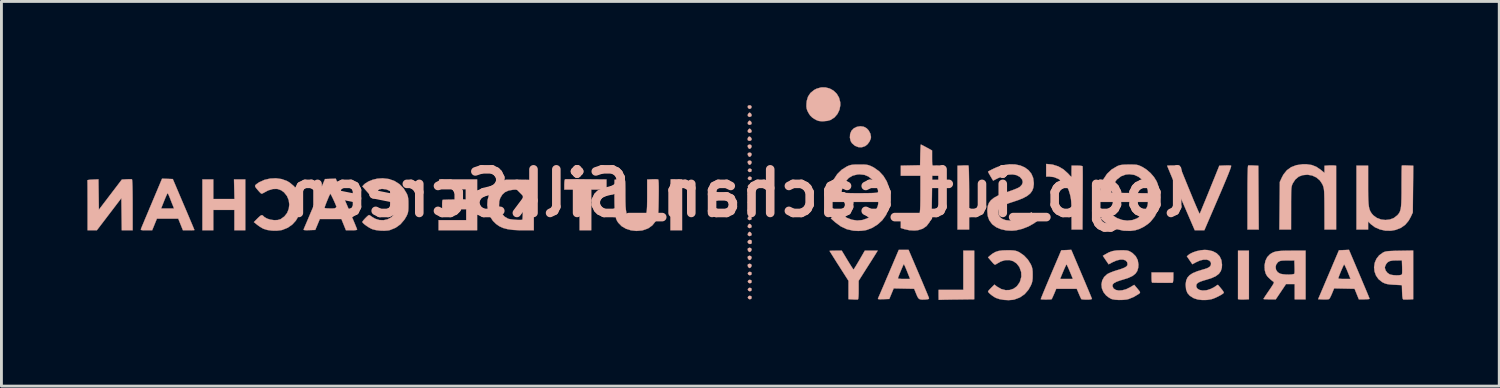
<source format=kicad_pcb>
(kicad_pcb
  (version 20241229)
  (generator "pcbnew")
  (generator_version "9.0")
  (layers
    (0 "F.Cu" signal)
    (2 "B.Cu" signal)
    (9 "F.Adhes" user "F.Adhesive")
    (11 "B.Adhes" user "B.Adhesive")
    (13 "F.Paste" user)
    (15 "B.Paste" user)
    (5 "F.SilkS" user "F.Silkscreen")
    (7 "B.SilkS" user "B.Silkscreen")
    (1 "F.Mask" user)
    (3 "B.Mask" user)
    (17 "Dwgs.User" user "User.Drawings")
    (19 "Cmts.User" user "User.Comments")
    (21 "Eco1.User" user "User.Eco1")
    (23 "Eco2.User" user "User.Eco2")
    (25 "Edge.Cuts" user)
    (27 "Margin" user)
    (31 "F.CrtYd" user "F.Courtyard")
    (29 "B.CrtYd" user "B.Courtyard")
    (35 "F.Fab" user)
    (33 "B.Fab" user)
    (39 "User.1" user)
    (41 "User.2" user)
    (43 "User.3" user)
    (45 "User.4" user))
  (footprint "logo_iut_cachan_SilkScreen"
    (layer "F.Cu")
    (at 22.744 3.703)
    (property "Reference" "logo_iut_cachan_SilkScreen" (at 0 0 180) (layer "B.SilkS") (effects (font (size 1.524 1.524) (thickness 0.3)) (justify mirror)))
    (attr through_hole)
    (fp_poly (pts (xy 17.475 3.702) (xy 17.532 3.712) (xy 17.591 3.716) (xy 17.675 3.715) (xy 17.723 3.713) (xy 17.856 3.706) (xy 17.856 2.007) (xy 17.475 2.007) (xy 17.475 3.702)) (stroke (width 0.01) (type solid)) (fill yes) (layer "B.SilkS"))
    (fp_poly (pts (xy 0.359 -3.063) (xy 0.344 -3.05) (xy 0.34 -3.003) (xy 0.368 -2.961) (xy 0.406 -2.946) (xy 0.453 -2.966) (xy 0.467 -2.987) (xy 0.471 -3.042) (xy 0.432 -3.071) (xy 0.406 -3.073) (xy 0.359 -3.063)) (stroke (width 0.01) (type solid)) (fill yes) (layer "B.SilkS"))
    (fp_poly (pts (xy 0.369 -0.848) (xy 0.343 -0.807) (xy 0.343 -0.8) (xy 0.363 -0.758) (xy 0.406 -0.739) (xy 0.452 -0.749) (xy 0.473 -0.775) (xy 0.474 -0.824) (xy 0.463 -0.842) (xy 0.416 -0.862) (xy 0.369 -0.848)) (stroke (width 0.01) (type solid)) (fill yes) (layer "B.SilkS"))
    (fp_poly (pts (xy 0.369 -0.568) (xy 0.343 -0.528) (xy 0.343 -0.52) (xy 0.363 -0.478) (xy 0.406 -0.46) (xy 0.452 -0.469) (xy 0.473 -0.495) (xy 0.474 -0.544) (xy 0.463 -0.563) (xy 0.416 -0.583) (xy 0.369 -0.568)) (stroke (width 0.01) (type solid)) (fill yes) (layer "B.SilkS"))
    (fp_poly (pts (xy 0.369 -0.289) (xy 0.343 -0.249) (xy 0.343 -0.241) (xy 0.363 -0.199) (xy 0.406 -0.181) (xy 0.452 -0.19) (xy 0.473 -0.216) (xy 0.474 -0.265) (xy 0.463 -0.283) (xy 0.416 -0.303) (xy 0.369 -0.289)) (stroke (width 0.01) (type solid)) (fill yes) (layer "B.SilkS"))
    (fp_poly (pts (xy 0.369 -0.01) (xy 0.343 0.031) (xy 0.343 0.038) (xy 0.363 0.08) (xy 0.406 0.099) (xy 0.452 0.09) (xy 0.473 0.064) (xy 0.474 0.015) (xy 0.463 -0.004) (xy 0.416 -0.024) (xy 0.369 -0.01)) (stroke (width 0.01) (type solid)) (fill yes) (layer "B.SilkS"))
    (fp_poly (pts (xy 0.369 0.27) (xy 0.343 0.31) (xy 0.343 0.318) (xy 0.363 0.36) (xy 0.406 0.378) (xy 0.452 0.369) (xy 0.473 0.343) (xy 0.474 0.294) (xy 0.463 0.275) (xy 0.416 0.256) (xy 0.369 0.27)) (stroke (width 0.01) (type solid)) (fill yes) (layer "B.SilkS"))
    (fp_poly (pts (xy 0.369 2.759) (xy 0.343 2.799) (xy 0.343 2.807) (xy 0.363 2.849) (xy 0.406 2.867) (xy 0.452 2.858) (xy 0.473 2.832) (xy 0.474 2.783) (xy 0.463 2.765) (xy 0.416 2.745) (xy 0.369 2.759)) (stroke (width 0.01) (type solid)) (fill yes) (layer "B.SilkS"))
    (fp_poly (pts (xy 0.369 3.038) (xy 0.343 3.079) (xy 0.343 3.086) (xy 0.363 3.128) (xy 0.406 3.147) (xy 0.452 3.138) (xy 0.473 3.112) (xy 0.474 3.063) (xy 0.463 3.044) (xy 0.416 3.024) (xy 0.369 3.038)) (stroke (width 0.01) (type solid)) (fill yes) (layer "B.SilkS"))
    (fp_poly (pts (xy 0.369 3.318) (xy 0.343 3.358) (xy 0.343 3.366) (xy 0.363 3.408) (xy 0.406 3.426) (xy 0.452 3.417) (xy 0.473 3.391) (xy 0.474 3.342) (xy 0.463 3.323) (xy 0.416 3.304) (xy 0.369 3.318)) (stroke (width 0.01) (type solid)) (fill yes) (layer "B.SilkS"))
    (fp_poly (pts (xy 0.369 3.597) (xy 0.343 3.638) (xy 0.343 3.645) (xy 0.363 3.687) (xy 0.406 3.706) (xy 0.452 3.696) (xy 0.473 3.67) (xy 0.474 3.621) (xy 0.463 3.603) (xy 0.416 3.583) (xy 0.369 3.597)) (stroke (width 0.01) (type solid)) (fill yes) (layer "B.SilkS"))
    (fp_poly (pts (xy 0.357 1.654) (xy 0.335 1.699) (xy 0.335 1.71) (xy 0.361 1.754) (xy 0.41 1.776) (xy 0.458 1.768) (xy 0.465 1.762) (xy 0.481 1.718) (xy 0.476 1.666) (xy 0.457 1.638) (xy 0.405 1.629) (xy 0.357 1.654)) (stroke (width 0.01) (type solid)) (fill yes) (layer "B.SilkS"))
    (fp_poly (pts (xy 0.357 -1.685) (xy 0.339 -1.663) (xy 0.342 -1.617) (xy 0.369 -1.571) (xy 0.406 -1.549) (xy 0.406 -1.549) (xy 0.437 -1.567) (xy 0.457 -1.587) (xy 0.477 -1.64) (xy 0.456 -1.685) (xy 0.406 -1.702) (xy 0.357 -1.685)) (stroke (width 0.01) (type solid)) (fill yes) (layer "B.SilkS"))
    (fp_poly (pts (xy 0.357 -1.406) (xy 0.339 -1.384) (xy 0.342 -1.338) (xy 0.369 -1.291) (xy 0.406 -1.27) (xy 0.406 -1.27) (xy 0.437 -1.287) (xy 0.457 -1.308) (xy 0.477 -1.361) (xy 0.456 -1.405) (xy 0.406 -1.422) (xy 0.357 -1.406)) (stroke (width 0.01) (type solid)) (fill yes) (layer "B.SilkS"))
    (fp_poly (pts (xy 0.357 -1.127) (xy 0.339 -1.105) (xy 0.342 -1.058) (xy 0.369 -1.012) (xy 0.406 -0.991) (xy 0.406 -0.991) (xy 0.437 -1.008) (xy 0.457 -1.028) (xy 0.477 -1.082) (xy 0.456 -1.126) (xy 0.406 -1.143) (xy 0.357 -1.127)) (stroke (width 0.01) (type solid)) (fill yes) (layer "B.SilkS"))
    (fp_poly (pts (xy 0.357 1.921) (xy 0.339 1.943) (xy 0.342 1.99) (xy 0.369 2.036) (xy 0.406 2.057) (xy 0.406 2.057) (xy 0.437 2.04) (xy 0.457 2.02) (xy 0.477 1.966) (xy 0.456 1.922) (xy 0.406 1.905) (xy 0.357 1.921)) (stroke (width 0.01) (type solid)) (fill yes) (layer "B.SilkS"))
    (fp_poly (pts (xy 0.357 2.201) (xy 0.339 2.223) (xy 0.342 2.269) (xy 0.369 2.316) (xy 0.406 2.337) (xy 0.406 2.337) (xy 0.437 2.32) (xy 0.457 2.299) (xy 0.477 2.246) (xy 0.456 2.202) (xy 0.406 2.184) (xy 0.357 2.201)) (stroke (width 0.01) (type solid)) (fill yes) (layer "B.SilkS"))
    (fp_poly (pts (xy 0.357 2.48) (xy 0.339 2.502) (xy 0.342 2.549) (xy 0.369 2.595) (xy 0.406 2.616) (xy 0.406 2.616) (xy 0.437 2.599) (xy 0.457 2.578) (xy 0.477 2.525) (xy 0.456 2.481) (xy 0.406 2.464) (xy 0.357 2.48)) (stroke (width 0.01) (type solid)) (fill yes) (layer "B.SilkS"))
    (fp_poly (pts (xy 0.359 -1.96) (xy 0.338 -1.913) (xy 0.338 -1.864) (xy 0.343 -1.854) (xy 0.382 -1.831) (xy 0.434 -1.835) (xy 0.472 -1.863) (xy 0.474 -1.867) (xy 0.47 -1.918) (xy 0.436 -1.964) (xy 0.392 -1.981) (xy 0.359 -1.96)) (stroke (width 0.01) (type solid)) (fill yes) (layer "B.SilkS"))
    (fp_poly (pts (xy 0.379 0.535) (xy 0.369 0.542) (xy 0.337 0.588) (xy 0.346 0.633) (xy 0.39 0.659) (xy 0.406 0.66) (xy 0.456 0.643) (xy 0.474 0.62) (xy 0.471 0.571) (xy 0.453 0.544) (xy 0.418 0.521) (xy 0.379 0.535)) (stroke (width 0.01) (type solid)) (fill yes) (layer "B.SilkS"))
    (fp_poly (pts (xy 0.383 -2.806) (xy 0.365 -2.789) (xy 0.337 -2.736) (xy 0.35 -2.69) (xy 0.397 -2.667) (xy 0.406 -2.667) (xy 0.456 -2.684) (xy 0.474 -2.707) (xy 0.47 -2.755) (xy 0.448 -2.789) (xy 0.412 -2.817) (xy 0.383 -2.806)) (stroke (width 0.01) (type solid)) (fill yes) (layer "B.SilkS"))
    (fp_poly (pts (xy 0.383 -2.526) (xy 0.365 -2.509) (xy 0.337 -2.457) (xy 0.35 -2.411) (xy 0.397 -2.388) (xy 0.406 -2.388) (xy 0.456 -2.405) (xy 0.474 -2.428) (xy 0.47 -2.475) (xy 0.448 -2.509) (xy 0.412 -2.537) (xy 0.383 -2.526)) (stroke (width 0.01) (type solid)) (fill yes) (layer "B.SilkS"))
    (fp_poly (pts (xy 0.383 -2.247) (xy 0.365 -2.23) (xy 0.337 -2.178) (xy 0.35 -2.132) (xy 0.397 -2.109) (xy 0.406 -2.108) (xy 0.456 -2.125) (xy 0.474 -2.148) (xy 0.47 -2.196) (xy 0.448 -2.23) (xy 0.412 -2.258) (xy 0.383 -2.247)) (stroke (width 0.01) (type solid)) (fill yes) (layer "B.SilkS"))
    (fp_poly (pts (xy 0.383 0.801) (xy 0.365 0.818) (xy 0.337 0.87) (xy 0.35 0.916) (xy 0.397 0.939) (xy 0.406 0.94) (xy 0.456 0.923) (xy 0.474 0.9) (xy 0.47 0.852) (xy 0.448 0.818) (xy 0.412 0.79) (xy 0.383 0.801)) (stroke (width 0.01) (type solid)) (fill yes) (layer "B.SilkS"))
    (fp_poly (pts (xy 0.383 1.08) (xy 0.365 1.097) (xy 0.337 1.15) (xy 0.35 1.196) (xy 0.397 1.219) (xy 0.406 1.219) (xy 0.456 1.202) (xy 0.474 1.179) (xy 0.47 1.131) (xy 0.448 1.097) (xy 0.412 1.07) (xy 0.383 1.08)) (stroke (width 0.01) (type solid)) (fill yes) (layer "B.SilkS"))
    (fp_poly (pts (xy 0.383 1.36) (xy 0.365 1.377) (xy 0.337 1.429) (xy 0.35 1.475) (xy 0.397 1.498) (xy 0.406 1.499) (xy 0.456 1.481) (xy 0.474 1.459) (xy 0.47 1.411) (xy 0.448 1.377) (xy 0.412 1.349) (xy 0.383 1.36)) (stroke (width 0.01) (type solid)) (fill yes) (layer "B.SilkS"))
    (fp_poly (pts (xy -17.599 0.203) (xy -18.339 0.203) (xy -18.339 -0.483) (xy -18.72 -0.483) (xy -18.72 1.295) (xy -18.339 1.295) (xy -18.339 0.584) (xy -17.602 0.584) (xy -17.602 1.295) (xy -17.221 1.295) (xy -17.221 -0.483) (xy -17.615 -0.483) (xy -17.599 0.203)) (stroke (width 0.01) (type solid)) (fill yes) (layer "B.SilkS"))
    (fp_poly (pts (xy -2.313 -0.489) (xy -2.35 -0.486) (xy -2.352 -0.485) (xy -2.354 -0.458) (xy -2.356 -0.386) (xy -2.358 -0.275) (xy -2.36 -0.131) (xy -2.361 0.041) (xy -2.362 0.234) (xy -2.362 0.411) (xy -2.362 1.295) (xy -1.956 1.295) (xy -1.956 -0.479) (xy -2.149 -0.487) (xy -2.242 -0.49) (xy -2.313 -0.489)) (stroke (width 0.01) (type solid)) (fill yes) (layer "B.SilkS"))
    (fp_poly (pts (xy 7.852 -0.97) (xy 7.849 -0.969) (xy 7.671 -0.961) (xy 7.671 1.27) (xy 8.077 1.27) (xy 8.077 0.155) (xy 8.077 -0.131) (xy 8.075 -0.378) (xy 8.072 -0.586) (xy 8.069 -0.75) (xy 8.064 -0.871) (xy 8.058 -0.945) (xy 8.052 -0.969) (xy 8.016 -0.973) (xy 7.944 -0.973) (xy 7.852 -0.97)) (stroke (width 0.01) (type solid)) (fill yes) (layer "B.SilkS"))
    (fp_poly (pts (xy 7.874 3.378) (xy 7.01 3.378) (xy 7.01 3.556) (xy 7.011 3.643) (xy 7.013 3.704) (xy 7.016 3.728) (xy 7.017 3.728) (xy 7.043 3.726) (xy 7.113 3.724) (xy 7.219 3.721) (xy 7.356 3.719) (xy 7.515 3.716) (xy 7.639 3.715) (xy 8.255 3.707) (xy 8.255 2.007) (xy 7.874 2.007) (xy 7.874 3.378)) (stroke (width 0.01) (type solid)) (fill yes) (layer "B.SilkS"))
    (fp_poly (pts (xy 17.862 -0.972) (xy 17.83 -0.969) (xy 17.824 -0.942) (xy 17.818 -0.866) (xy 17.814 -0.743) (xy 17.81 -0.576) (xy 17.807 -0.366) (xy 17.806 -0.116) (xy 17.805 0.155) (xy 17.805 1.27) (xy 18.002 1.27) (xy 18.199 1.27) (xy 18.192 0.155) (xy 18.185 -0.961) (xy 18.02 -0.969) (xy 17.931 -0.973) (xy 17.862 -0.972)) (stroke (width 0.01) (type solid)) (fill yes) (layer "B.SilkS"))
    (fp_poly (pts (xy -5.927 -0.49) (xy -6.007 -0.489) (xy -6.044 -0.487) (xy -6.045 -0.487) (xy -6.058 -0.459) (xy -6.067 -0.394) (xy -6.071 -0.307) (xy -6.071 -0.303) (xy -6.071 -0.127) (xy -5.537 -0.127) (xy -5.537 1.295) (xy -5.131 1.295) (xy -5.131 -0.127) (xy -4.597 -0.127) (xy -4.597 -0.481) (xy -5.309 -0.488) (xy -5.494 -0.49) (xy -5.664 -0.491) (xy -5.81 -0.491) (xy -5.927 -0.49)) (stroke (width 0.01) (type solid)) (fill yes) (layer "B.SilkS"))
    (fp_poly (pts (xy 14.453 2.946) (xy 14.455 3.034) (xy 14.462 3.098) (xy 14.471 3.125) (xy 14.472 3.125) (xy 14.556 3.128) (xy 14.664 3.13) (xy 14.785 3.131) (xy 14.907 3.132) (xy 15.02 3.132) (xy 15.112 3.131) (xy 15.172 3.13) (xy 15.189 3.128) (xy 15.202 3.101) (xy 15.211 3.036) (xy 15.215 2.948) (xy 15.215 2.944) (xy 15.215 2.769) (xy 14.453 2.769) (xy 14.453 2.946)) (stroke (width 0.01) (type solid)) (fill yes) (layer "B.SilkS"))
    (fp_poly (pts (xy 4.156 -2.321) (xy 4.047 -2.268) (xy 3.965 -2.183) (xy 3.961 -2.177) (xy 3.918 -2.066) (xy 3.91 -1.943) (xy 3.936 -1.827) (xy 3.98 -1.751) (xy 4.087 -1.658) (xy 4.208 -1.61) (xy 4.335 -1.609) (xy 4.445 -1.647) (xy 4.526 -1.711) (xy 4.594 -1.803) (xy 4.638 -1.902) (xy 4.648 -1.963) (xy 4.625 -2.084) (xy 4.562 -2.199) (xy 4.497 -2.268) (xy 4.395 -2.324) (xy 4.276 -2.341) (xy 4.156 -2.321)) (stroke (width 0.01) (type solid)) (fill yes) (layer "B.SilkS"))
    (fp_poly (pts (xy -10.443 -0.469) (xy -10.453 -0.41) (xy -10.459 -0.326) (xy -10.459 -0.318) (xy -10.467 -0.14) (xy -9.512 -0.14) (xy -9.512 0.216) (xy -9.915 0.221) (xy -10.052 0.223) (xy -10.17 0.225) (xy -10.261 0.229) (xy -10.314 0.232) (xy -10.325 0.233) (xy -10.335 0.27) (xy -10.341 0.346) (xy -10.341 0.45) (xy -10.341 0.451) (xy -10.338 0.559) (xy -9.5 0.559) (xy -9.5 0.94) (xy -10.465 0.94) (xy -10.465 1.295) (xy -9.119 1.295) (xy -9.119 -0.483) (xy -9.766 -0.483) (xy -9.943 -0.483) (xy -10.103 -0.484) (xy -10.239 -0.485) (xy -10.344 -0.486) (xy -10.411 -0.487) (xy -10.433 -0.489) (xy -10.443 -0.469)) (stroke (width 0.01) (type solid)) (fill yes) (layer "B.SilkS"))
    (fp_poly (pts (xy 2.9 -3.697) (xy 2.743 -3.652) (xy 2.659 -3.607) (xy 2.531 -3.503) (xy 2.447 -3.376) (xy 2.401 -3.222) (xy 2.393 -3.137) (xy 2.39 -3.034) (xy 2.399 -2.958) (xy 2.423 -2.886) (xy 2.456 -2.819) (xy 2.519 -2.719) (xy 2.595 -2.645) (xy 2.667 -2.597) (xy 2.755 -2.549) (xy 2.83 -2.524) (xy 2.919 -2.516) (xy 2.971 -2.515) (xy 3.12 -2.528) (xy 3.24 -2.562) (xy 3.24 -2.563) (xy 3.372 -2.649) (xy 3.476 -2.771) (xy 3.546 -2.917) (xy 3.576 -3.078) (xy 3.573 -3.178) (xy 3.531 -3.34) (xy 3.45 -3.477) (xy 3.339 -3.584) (xy 3.206 -3.659) (xy 3.057 -3.698) (xy 2.9 -3.697)) (stroke (width 0.01) (type solid)) (fill yes) (layer "B.SilkS"))
    (fp_poly (pts (xy -21.291 -0.49) (xy -21.372 -0.487) (xy -21.535 -0.478) (xy -21.937 0.049) (xy -22.339 0.577) (xy -22.353 -0.485) (xy -22.549 -0.477) (xy -22.641 -0.472) (xy -22.708 -0.463) (xy -22.739 -0.453) (xy -22.739 -0.451) (xy -22.738 -0.422) (xy -22.736 -0.348) (xy -22.735 -0.235) (xy -22.734 -0.09) (xy -22.734 0.082) (xy -22.733 0.275) (xy -22.733 0.432) (xy -22.733 1.295) (xy -22.409 1.295) (xy -21.98 0.733) (xy -21.552 0.171) (xy -21.545 0.733) (xy -21.538 1.295) (xy -21.158 1.295) (xy -21.158 0.409) (xy -21.159 0.158) (xy -21.161 -0.055) (xy -21.164 -0.228) (xy -21.169 -0.36) (xy -21.175 -0.446) (xy -21.181 -0.485) (xy -21.183 -0.487) (xy -21.22 -0.49) (xy -21.291 -0.49)) (stroke (width 0.01) (type solid)) (fill yes) (layer "B.SilkS"))
    (fp_poly (pts (xy 3.316 2.008) (xy 3.242 2.011) (xy 3.204 2.015) (xy 3.2 2.016) (xy 3.213 2.04) (xy 3.25 2.099) (xy 3.307 2.19) (xy 3.38 2.306) (xy 3.465 2.441) (xy 3.531 2.543) (xy 3.861 3.06) (xy 3.861 3.704) (xy 4.014 3.712) (xy 4.099 3.716) (xy 4.165 3.715) (xy 4.191 3.713) (xy 4.202 3.685) (xy 4.21 3.614) (xy 4.215 3.509) (xy 4.216 3.382) (xy 4.216 3.06) (xy 4.49 2.628) (xy 4.578 2.49) (xy 4.661 2.36) (xy 4.732 2.247) (xy 4.787 2.159) (xy 4.821 2.105) (xy 4.823 2.102) (xy 4.881 2.007) (xy 4.432 2.007) (xy 4.242 2.336) (xy 4.174 2.451) (xy 4.115 2.549) (xy 4.07 2.621) (xy 4.042 2.661) (xy 4.037 2.666) (xy 4.02 2.646) (xy 3.981 2.589) (xy 3.927 2.504) (xy 3.861 2.398) (xy 3.824 2.337) (xy 3.625 2.007) (xy 3.413 2.007) (xy 3.316 2.008)) (stroke (width 0.01) (type solid)) (fill yes) (layer "B.SilkS"))
    (fp_poly (pts (xy 10.77 -0.584) (xy 10.867 -0.584) (xy 11.044 -0.563) (xy 11.205 -0.496) (xy 11.356 -0.382) (xy 11.382 -0.357) (xy 11.463 -0.27) (xy 11.517 -0.195) (xy 11.556 -0.111) (xy 11.58 -0.036) (xy 11.605 0.049) (xy 11.623 0.127) (xy 11.637 0.208) (xy 11.646 0.3) (xy 11.652 0.413) (xy 11.655 0.555) (xy 11.657 0.735) (xy 11.657 0.819) (xy 11.659 1.27) (xy 12.039 1.27) (xy 12.045 0.178) (xy 12.047 -0.053) (xy 12.047 -0.269) (xy 12.048 -0.464) (xy 12.048 -0.633) (xy 12.047 -0.77) (xy 12.046 -0.87) (xy 12.045 -0.928) (xy 12.044 -0.94) (xy 12.016 -0.952) (xy 11.951 -0.961) (xy 11.862 -0.965) (xy 11.847 -0.965) (xy 11.659 -0.965) (xy 11.656 -0.819) (xy 11.655 -0.726) (xy 11.656 -0.645) (xy 11.658 -0.61) (xy 11.656 -0.582) (xy 11.642 -0.581) (xy 11.608 -0.609) (xy 11.55 -0.672) (xy 11.533 -0.691) (xy 11.374 -0.834) (xy 11.193 -0.938) (xy 11 -0.999) (xy 10.925 -1.009) (xy 10.77 -1.023) (xy 10.77 -0.584)) (stroke (width 0.01) (type solid)) (fill yes) (layer "B.SilkS"))
    (fp_poly (pts (xy -20.491 0.349) (xy -20.574 0.546) (xy -20.651 0.73) (xy -20.721 0.895) (xy -20.779 1.035) (xy -20.825 1.144) (xy -20.855 1.218) (xy -20.868 1.251) (xy -20.871 1.273) (xy -20.855 1.286) (xy -20.81 1.293) (xy -20.727 1.295) (xy -20.68 1.295) (xy -20.476 1.295) (xy -20.31 0.889) (xy -19.564 0.889) (xy -19.482 1.092) (xy -19.4 1.295) (xy -19.2 1.295) (xy -19.106 1.294) (xy -19.036 1.292) (xy -19.001 1.288) (xy -18.999 1.286) (xy -19.009 1.262) (xy -19.036 1.196) (xy -19.079 1.093) (xy -19.136 0.959) (xy -19.203 0.799) (xy -19.28 0.618) (xy -19.316 0.533) (xy -19.711 0.533) (xy -20.163 0.533) (xy -20.057 0.267) (xy -20.014 0.161) (xy -19.976 0.075) (xy -19.949 0.018) (xy -19.936 0.000211) (xy -19.919 0.022) (xy -19.892 0.078) (xy -19.869 0.133) (xy -19.827 0.241) (xy -19.782 0.357) (xy -19.764 0.4) (xy -19.711 0.533) (xy -19.316 0.533) (xy -19.364 0.421) (xy -19.377 0.391) (xy -19.754 -0.495) (xy -19.942 -0.502) (xy -20.13 -0.509) (xy -20.491 0.349)) (stroke (width 0.01) (type solid)) (fill yes) (layer "B.SilkS"))
    (fp_poly (pts (xy 19.725 -1.011) (xy 19.512 -0.98) (xy 19.331 -0.91) (xy 19.182 -0.802) (xy 19.063 -0.654) (xy 19.009 -0.553) (xy 18.936 -0.394) (xy 18.928 0.438) (xy 18.92 1.27) (xy 19.329 1.27) (xy 19.33 0.527) (xy 19.33 0.313) (xy 19.331 0.143) (xy 19.332 0.012) (xy 19.335 -0.088) (xy 19.34 -0.163) (xy 19.347 -0.219) (xy 19.357 -0.263) (xy 19.37 -0.301) (xy 19.387 -0.339) (xy 19.39 -0.346) (xy 19.479 -0.482) (xy 19.597 -0.579) (xy 19.731 -0.631) (xy 19.903 -0.647) (xy 20.067 -0.619) (xy 20.214 -0.551) (xy 20.336 -0.447) (xy 20.418 -0.323) (xy 20.44 -0.277) (xy 20.456 -0.233) (xy 20.469 -0.184) (xy 20.479 -0.125) (xy 20.486 -0.048) (xy 20.49 0.052) (xy 20.493 0.183) (xy 20.495 0.35) (xy 20.496 0.56) (xy 20.496 0.603) (xy 20.498 1.27) (xy 20.904 1.27) (xy 20.904 -0.962) (xy 20.834 -0.97) (xy 20.768 -0.973) (xy 20.677 -0.972) (xy 20.631 -0.969) (xy 20.498 -0.96) (xy 20.498 -0.711) (xy 20.358 -0.825) (xy 20.211 -0.924) (xy 20.056 -0.985) (xy 19.88 -1.011) (xy 19.725 -1.011)) (stroke (width 0.01) (type solid)) (fill yes) (layer "B.SilkS"))
    (fp_poly (pts (xy 21.177 1.987) (xy 21.002 1.994) (xy 20.786 2.502) (xy 20.711 2.68) (xy 20.63 2.87) (xy 20.551 3.055) (xy 20.48 3.223) (xy 20.423 3.357) (xy 20.275 3.704) (xy 20.454 3.713) (xy 20.547 3.714) (xy 20.622 3.708) (xy 20.662 3.696) (xy 20.662 3.696) (xy 20.686 3.661) (xy 20.721 3.593) (xy 20.76 3.506) (xy 20.763 3.498) (xy 20.834 3.326) (xy 21.191 3.333) (xy 21.549 3.34) (xy 21.698 3.708) (xy 21.885 3.708) (xy 21.975 3.706) (xy 22.042 3.7) (xy 22.072 3.692) (xy 22.073 3.69) (xy 22.063 3.663) (xy 22.036 3.595) (xy 21.993 3.491) (xy 21.937 3.356) (xy 21.869 3.196) (xy 21.793 3.016) (xy 21.786 2.997) (xy 21.408 2.997) (xy 21.194 2.997) (xy 21.097 2.995) (xy 21.023 2.99) (xy 20.984 2.982) (xy 20.98 2.979) (xy 20.989 2.943) (xy 21.013 2.876) (xy 21.047 2.79) (xy 21.085 2.697) (xy 21.124 2.609) (xy 21.156 2.538) (xy 21.179 2.496) (xy 21.185 2.489) (xy 21.201 2.511) (xy 21.231 2.571) (xy 21.271 2.659) (xy 21.306 2.743) (xy 21.408 2.997) (xy 21.786 2.997) (xy 21.713 2.826) (xy 21.353 1.979) (xy 21.177 1.987)) (stroke (width 0.01) (type solid)) (fill yes) (layer "B.SilkS"))
    (fp_poly (pts (xy 23.24 -0.972) (xy 23.203 -0.968) (xy 23.201 -0.967) (xy 23.198 -0.94) (xy 23.196 -0.869) (xy 23.193 -0.76) (xy 23.192 -0.619) (xy 23.191 -0.454) (xy 23.19 -0.271) (xy 23.19 -0.24) (xy 23.19 -0.006) (xy 23.187 0.184) (xy 23.182 0.334) (xy 23.174 0.453) (xy 23.161 0.544) (xy 23.142 0.616) (xy 23.118 0.673) (xy 23.086 0.721) (xy 23.047 0.767) (xy 23.043 0.771) (xy 22.924 0.864) (xy 22.782 0.918) (xy 22.628 0.936) (xy 22.473 0.918) (xy 22.329 0.864) (xy 22.206 0.775) (xy 22.159 0.722) (xy 22.12 0.668) (xy 22.09 0.611) (xy 22.066 0.546) (xy 22.049 0.466) (xy 22.037 0.365) (xy 22.029 0.236) (xy 22.024 0.073) (xy 22.022 -0.13) (xy 22.022 -0.283) (xy 22.022 -0.965) (xy 21.615 -0.965) (xy 21.615 1.27) (xy 22.022 1.27) (xy 22.022 0.988) (xy 22.117 1.082) (xy 22.261 1.19) (xy 22.435 1.266) (xy 22.626 1.308) (xy 22.822 1.311) (xy 22.985 1.282) (xy 23.168 1.21) (xy 23.317 1.105) (xy 23.438 0.961) (xy 23.513 0.826) (xy 23.584 0.673) (xy 23.592 -0.144) (xy 23.6 -0.961) (xy 23.405 -0.969) (xy 23.312 -0.972) (xy 23.24 -0.972)) (stroke (width 0.01) (type solid)) (fill yes) (layer "B.SilkS"))
    (fp_poly (pts (xy 5.27 2.8) (xy 5.187 2.993) (xy 5.111 3.173) (xy 5.042 3.333) (xy 4.984 3.468) (xy 4.939 3.572) (xy 4.909 3.64) (xy 4.898 3.665) (xy 4.89 3.687) (xy 4.901 3.7) (xy 4.939 3.706) (xy 5.015 3.705) (xy 5.08 3.703) (xy 5.287 3.696) (xy 5.441 3.326) (xy 5.799 3.333) (xy 6.156 3.34) (xy 6.23 3.522) (xy 6.271 3.617) (xy 6.309 3.676) (xy 6.357 3.708) (xy 6.427 3.718) (xy 6.532 3.715) (xy 6.562 3.713) (xy 6.636 3.705) (xy 6.67 3.691) (xy 6.675 3.666) (xy 6.674 3.662) (xy 6.661 3.63) (xy 6.631 3.556) (xy 6.586 3.447) (xy 6.527 3.308) (xy 6.459 3.145) (xy 6.396 2.997) (xy 6.015 2.997) (xy 5.801 2.997) (xy 5.705 2.995) (xy 5.631 2.989) (xy 5.591 2.979) (xy 5.588 2.976) (xy 5.597 2.945) (xy 5.622 2.88) (xy 5.656 2.794) (xy 5.695 2.699) (xy 5.734 2.607) (xy 5.766 2.533) (xy 5.788 2.487) (xy 5.793 2.479) (xy 5.806 2.496) (xy 5.834 2.552) (xy 5.871 2.638) (xy 5.91 2.733) (xy 6.015 2.997) (xy 6.396 2.997) (xy 6.381 2.963) (xy 6.312 2.8) (xy 5.962 1.981) (xy 5.618 1.981) (xy 5.27 2.8)) (stroke (width 0.01) (type solid)) (fill yes) (layer "B.SilkS"))
    (fp_poly (pts (xy 11.473 1.987) (xy 11.298 1.994) (xy 10.935 2.845) (xy 10.853 3.039) (xy 10.777 3.219) (xy 10.711 3.378) (xy 10.656 3.511) (xy 10.614 3.614) (xy 10.589 3.68) (xy 10.581 3.705) (xy 10.581 3.705) (xy 10.61 3.711) (xy 10.674 3.714) (xy 10.756 3.715) (xy 10.841 3.714) (xy 10.913 3.711) (xy 10.956 3.706) (xy 10.961 3.703) (xy 10.977 3.675) (xy 11.006 3.612) (xy 11.043 3.528) (xy 11.049 3.515) (xy 11.122 3.34) (xy 11.839 3.34) (xy 11.913 3.515) (xy 11.95 3.601) (xy 11.981 3.667) (xy 11.998 3.701) (xy 11.999 3.702) (xy 12.031 3.71) (xy 12.096 3.716) (xy 12.177 3.719) (xy 12.257 3.717) (xy 12.313 3.713) (xy 12.357 3.702) (xy 12.37 3.691) (xy 12.36 3.666) (xy 12.333 3.599) (xy 12.29 3.495) (xy 12.234 3.361) (xy 12.167 3.202) (xy 12.091 3.022) (xy 12.08 2.997) (xy 11.705 2.997) (xy 11.256 2.997) (xy 11.361 2.743) (xy 11.405 2.64) (xy 11.443 2.557) (xy 11.47 2.504) (xy 11.481 2.489) (xy 11.496 2.511) (xy 11.525 2.571) (xy 11.564 2.658) (xy 11.6 2.743) (xy 11.705 2.997) (xy 12.08 2.997) (xy 12.009 2.829) (xy 11.648 1.979) (xy 11.473 1.987)) (stroke (width 0.01) (type solid)) (fill yes) (layer "B.SilkS"))
    (fp_poly (pts (xy 6.385 -1.678) (xy 6.38 -1.612) (xy 6.375 -1.514) (xy 6.371 -1.392) (xy 6.37 -1.34) (xy 6.363 -0.978) (xy 5.69 -0.964) (xy 5.69 -0.61) (xy 6.375 -0.61) (xy 6.374 0.032) (xy 6.373 0.254) (xy 6.37 0.432) (xy 6.364 0.571) (xy 6.355 0.675) (xy 6.34 0.753) (xy 6.32 0.808) (xy 6.293 0.847) (xy 6.259 0.875) (xy 6.223 0.895) (xy 6.116 0.932) (xy 6.001 0.934) (xy 5.864 0.903) (xy 5.829 0.891) (xy 5.69 0.842) (xy 5.69 1.215) (xy 5.81 1.254) (xy 5.985 1.293) (xy 6.167 1.303) (xy 6.291 1.292) (xy 6.455 1.24) (xy 6.589 1.147) (xy 6.691 1.014) (xy 6.722 0.953) (xy 6.736 0.916) (xy 6.747 0.871) (xy 6.755 0.811) (xy 6.762 0.73) (xy 6.767 0.622) (xy 6.771 0.48) (xy 6.774 0.298) (xy 6.777 0.121) (xy 6.786 -0.61) (xy 7.188 -0.61) (xy 7.188 -0.965) (xy 7.029 -0.968) (xy 6.938 -0.969) (xy 6.863 -0.968) (xy 6.826 -0.967) (xy 6.806 -0.969) (xy 6.793 -0.988) (xy 6.786 -1.032) (xy 6.783 -1.11) (xy 6.782 -1.228) (xy 6.782 -1.494) (xy 6.592 -1.598) (xy 6.505 -1.645) (xy 6.436 -1.681) (xy 6.395 -1.7) (xy 6.39 -1.702) (xy 6.385 -1.678)) (stroke (width 0.01) (type solid)) (fill yes) (layer "B.SilkS"))
    (fp_poly (pts (xy 23.12 2.011) (xy 22.951 2.014) (xy 22.823 2.019) (xy 22.73 2.024) (xy 22.662 2.033) (xy 22.611 2.044) (xy 22.569 2.061) (xy 22.539 2.076) (xy 22.407 2.172) (xy 22.312 2.294) (xy 22.253 2.434) (xy 22.231 2.584) (xy 22.246 2.734) (xy 22.297 2.876) (xy 22.384 3.002) (xy 22.508 3.102) (xy 22.541 3.121) (xy 22.611 3.153) (xy 22.685 3.174) (xy 22.777 3.188) (xy 22.902 3.198) (xy 22.935 3.199) (xy 23.203 3.213) (xy 23.21 3.458) (xy 23.217 3.592) (xy 23.229 3.676) (xy 23.246 3.711) (xy 23.248 3.712) (xy 23.289 3.716) (xy 23.362 3.716) (xy 23.438 3.714) (xy 23.597 3.706) (xy 23.597 2.679) (xy 23.213 2.679) (xy 23.212 2.767) (xy 23.208 2.824) (xy 23.205 2.835) (xy 23.173 2.855) (xy 23.105 2.867) (xy 23.016 2.87) (xy 22.919 2.865) (xy 22.829 2.851) (xy 22.772 2.834) (xy 22.694 2.78) (xy 22.634 2.699) (xy 22.607 2.611) (xy 22.606 2.598) (xy 22.619 2.547) (xy 22.65 2.481) (xy 22.656 2.471) (xy 22.707 2.411) (xy 22.779 2.372) (xy 22.882 2.352) (xy 23.024 2.347) (xy 23.038 2.347) (xy 23.203 2.349) (xy 23.211 2.574) (xy 23.213 2.679) (xy 23.597 2.679) (xy 23.597 2.003) (xy 23.12 2.011)) (stroke (width 0.01) (type solid)) (fill yes) (layer "B.SilkS"))
    (fp_poly (pts (xy 17.021 -0.97) (xy 17.01 -0.97) (xy 16.821 -0.961) (xy 16.784 -0.868) (xy 16.731 -0.737) (xy 16.67 -0.585) (xy 16.602 -0.418) (xy 16.53 -0.241) (xy 16.458 -0.063) (xy 16.387 0.112) (xy 16.32 0.276) (xy 16.259 0.423) (xy 16.208 0.548) (xy 16.169 0.643) (xy 16.144 0.703) (xy 16.136 0.72) (xy 16.124 0.702) (xy 16.095 0.643) (xy 16.052 0.546) (xy 15.996 0.417) (xy 15.93 0.262) (xy 15.857 0.085) (xy 15.779 -0.105) (xy 15.699 -0.3) (xy 15.626 -0.48) (xy 15.561 -0.639) (xy 15.507 -0.772) (xy 15.465 -0.873) (xy 15.438 -0.938) (xy 15.428 -0.961) (xy 15.401 -0.965) (xy 15.336 -0.968) (xy 15.245 -0.97) (xy 15.215 -0.97) (xy 15.118 -0.969) (xy 15.044 -0.966) (xy 15.004 -0.963) (xy 15 -0.961) (xy 15.008 -0.937) (xy 15.035 -0.871) (xy 15.078 -0.767) (xy 15.135 -0.63) (xy 15.205 -0.464) (xy 15.286 -0.275) (xy 15.376 -0.067) (xy 15.472 0.157) (xy 15.478 0.171) (xy 15.964 1.295) (xy 16.131 1.295) (xy 16.298 1.295) (xy 16.782 0.171) (xy 16.903 -0.11) (xy 17.003 -0.348) (xy 17.085 -0.544) (xy 17.148 -0.699) (xy 17.193 -0.817) (xy 17.222 -0.899) (xy 17.234 -0.948) (xy 17.232 -0.965) (xy 17.192 -0.97) (xy 17.116 -0.972) (xy 17.021 -0.97)) (stroke (width 0.01) (type solid)) (fill yes) (layer "B.SilkS"))
    (fp_poly (pts (xy -16.354 -0.512) (xy -16.553 -0.466) (xy -16.734 -0.385) (xy -16.825 -0.322) (xy -16.863 -0.29) (xy -16.879 -0.261) (xy -16.873 -0.226) (xy -16.839 -0.177) (xy -16.777 -0.103) (xy -16.742 -0.063) (xy -16.689 -0.007) (xy -16.655 0.016) (xy -16.624 0.011) (xy -16.602 -0.001) (xy -16.422 -0.098) (xy -16.255 -0.148) (xy -16.103 -0.15) (xy -15.966 -0.103) (xy -15.866 -0.03) (xy -15.764 0.098) (xy -15.703 0.243) (xy -15.683 0.396) (xy -15.702 0.547) (xy -15.759 0.689) (xy -15.854 0.811) (xy -15.984 0.905) (xy -15.987 0.907) (xy -16.088 0.937) (xy -16.212 0.942) (xy -16.342 0.924) (xy -16.462 0.886) (xy -16.555 0.832) (xy -16.583 0.804) (xy -16.618 0.772) (xy -16.654 0.768) (xy -16.702 0.795) (xy -16.77 0.857) (xy -16.799 0.886) (xy -16.921 1.009) (xy -16.808 1.101) (xy -16.72 1.165) (xy -16.622 1.224) (xy -16.579 1.245) (xy -16.448 1.285) (xy -16.289 1.307) (xy -16.123 1.31) (xy -15.97 1.292) (xy -15.926 1.282) (xy -15.737 1.206) (xy -15.579 1.095) (xy -15.453 0.957) (xy -15.36 0.798) (xy -15.299 0.624) (xy -15.273 0.442) (xy -15.281 0.258) (xy -15.324 0.078) (xy -15.403 -0.091) (xy -15.517 -0.243) (xy -15.669 -0.371) (xy -15.766 -0.428) (xy -15.948 -0.494) (xy -16.148 -0.522) (xy -16.354 -0.512)) (stroke (width 0.01) (type solid)) (fill yes) (layer "B.SilkS"))
    (fp_poly (pts (xy -8.286 -0.386) (xy -8.466 -0.273) (xy -8.604 -0.131) (xy -8.699 0.039) (xy -8.752 0.237) (xy -8.763 0.394) (xy -8.742 0.606) (xy -8.679 0.793) (xy -8.573 0.956) (xy -8.559 0.973) (xy -8.455 1.075) (xy -8.341 1.155) (xy -8.21 1.215) (xy -8.054 1.256) (xy -7.866 1.282) (xy -7.639 1.294) (xy -7.512 1.295) (xy -7.137 1.295) (xy -7.137 0.432) (xy -7.138 0.227) (xy -7.138 0.039) (xy -7.139 -0.127) (xy -7.518 -0.127) (xy -7.518 0.389) (xy -7.519 0.547) (xy -7.522 0.686) (xy -7.525 0.801) (xy -7.53 0.882) (xy -7.536 0.922) (xy -7.537 0.924) (xy -7.572 0.933) (xy -7.643 0.935) (xy -7.737 0.932) (xy -7.838 0.924) (xy -7.935 0.912) (xy -8.011 0.898) (xy -8.039 0.89) (xy -8.161 0.817) (xy -8.257 0.709) (xy -8.322 0.577) (xy -8.353 0.431) (xy -8.346 0.282) (xy -8.309 0.165) (xy -8.236 0.045) (xy -8.14 -0.04) (xy -8.016 -0.095) (xy -7.856 -0.122) (xy -7.735 -0.127) (xy -7.518 -0.127) (xy -7.139 -0.127) (xy -7.139 -0.128) (xy -7.14 -0.266) (xy -7.141 -0.37) (xy -7.143 -0.433) (xy -7.144 -0.451) (xy -7.17 -0.457) (xy -7.239 -0.462) (xy -7.343 -0.466) (xy -7.474 -0.469) (xy -7.624 -0.47) (xy -7.633 -0.47) (xy -8.117 -0.47) (xy -8.286 -0.386)) (stroke (width 0.01) (type solid)) (fill yes) (layer "B.SilkS"))
    (fp_poly (pts (xy -14.436 -0.495) (xy -14.543 -0.241) (xy -14.584 -0.145) (xy -14.64 -0.013) (xy -14.707 0.146) (xy -14.782 0.322) (xy -14.859 0.504) (xy -14.91 0.622) (xy -14.98 0.788) (xy -15.044 0.939) (xy -15.099 1.068) (xy -15.143 1.171) (xy -15.171 1.238) (xy -15.182 1.265) (xy -15.178 1.281) (xy -15.144 1.29) (xy -15.072 1.292) (xy -14.985 1.29) (xy -14.775 1.283) (xy -14.695 1.092) (xy -14.616 0.902) (xy -13.862 0.902) (xy -13.783 1.098) (xy -13.703 1.295) (xy -13.505 1.295) (xy -13.401 1.293) (xy -13.34 1.286) (xy -13.315 1.273) (xy -13.314 1.262) (xy -13.326 1.231) (xy -13.355 1.16) (xy -13.399 1.052) (xy -13.457 0.914) (xy -13.525 0.75) (xy -13.603 0.567) (xy -13.622 0.521) (xy -14.021 0.521) (xy -14.044 0.527) (xy -14.107 0.531) (xy -14.197 0.533) (xy -14.237 0.533) (xy -14.334 0.531) (xy -14.409 0.525) (xy -14.449 0.517) (xy -14.453 0.513) (xy -14.443 0.479) (xy -14.419 0.411) (xy -14.385 0.323) (xy -14.346 0.227) (xy -14.308 0.136) (xy -14.275 0.064) (xy -14.254 0.022) (xy -14.251 0.018) (xy -14.237 0.034) (xy -14.208 0.085) (xy -14.17 0.161) (xy -14.128 0.251) (xy -14.087 0.343) (xy -14.052 0.427) (xy -14.028 0.49) (xy -14.021 0.521) (xy -13.622 0.521) (xy -13.686 0.37) (xy -13.691 0.36) (xy -14.059 -0.509) (xy -14.436 -0.495)) (stroke (width 0.01) (type solid)) (fill yes) (layer "B.SilkS"))
    (fp_poly (pts (xy -12.605 -0.509) (xy -12.767 -0.471) (xy -12.914 -0.412) (xy -13.032 -0.339) (xy -13.074 -0.301) (xy -13.13 -0.24) (xy -13.01 -0.105) (xy -12.89 0.031) (xy -12.755 -0.053) (xy -12.6 -0.125) (xy -12.444 -0.152) (xy -12.296 -0.136) (xy -12.162 -0.077) (xy -12.049 0.021) (xy -12.007 0.08) (xy -11.94 0.234) (xy -11.918 0.4) (xy -11.941 0.565) (xy -12.009 0.72) (xy -12.021 0.738) (xy -12.12 0.842) (xy -12.246 0.911) (xy -12.389 0.943) (xy -12.538 0.937) (xy -12.684 0.891) (xy -12.786 0.83) (xy -12.845 0.788) (xy -12.887 0.764) (xy -12.896 0.762) (xy -12.926 0.779) (xy -12.976 0.823) (xy -13.034 0.881) (xy -13.087 0.94) (xy -13.123 0.986) (xy -13.132 1.005) (xy -13.111 1.038) (xy -13.058 1.086) (xy -12.983 1.142) (xy -12.9 1.196) (xy -12.819 1.24) (xy -12.774 1.259) (xy -12.655 1.289) (xy -12.51 1.307) (xy -12.36 1.311) (xy -12.227 1.301) (xy -12.165 1.288) (xy -11.967 1.207) (xy -11.799 1.086) (xy -11.66 0.924) (xy -11.589 0.806) (xy -11.558 0.74) (xy -11.537 0.679) (xy -11.526 0.61) (xy -11.521 0.517) (xy -11.52 0.406) (xy -11.521 0.276) (xy -11.528 0.181) (xy -11.541 0.108) (xy -11.565 0.042) (xy -11.577 0.015) (xy -11.688 -0.169) (xy -11.832 -0.317) (xy -12.005 -0.427) (xy -12.201 -0.496) (xy -12.416 -0.522) (xy -12.605 -0.509)) (stroke (width 0.01) (type solid)) (fill yes) (layer "B.SilkS"))
    (fp_poly (pts (xy 9.24 1.999) (xy 9.106 2.018) (xy 8.996 2.054) (xy 8.895 2.112) (xy 8.82 2.17) (xy 8.738 2.24) (xy 8.856 2.378) (xy 8.918 2.449) (xy 8.958 2.487) (xy 8.986 2.497) (xy 9.014 2.486) (xy 9.027 2.476) (xy 9.181 2.387) (xy 9.335 2.34) (xy 9.483 2.337) (xy 9.619 2.375) (xy 9.737 2.455) (xy 9.829 2.574) (xy 9.84 2.595) (xy 9.897 2.756) (xy 9.903 2.914) (xy 9.86 3.075) (xy 9.836 3.126) (xy 9.748 3.251) (xy 9.632 3.337) (xy 9.498 3.383) (xy 9.352 3.388) (xy 9.203 3.35) (xy 9.058 3.268) (xy 9.052 3.263) (xy 8.962 3.194) (xy 8.85 3.304) (xy 8.791 3.365) (xy 8.75 3.413) (xy 8.738 3.435) (xy 8.758 3.47) (xy 8.81 3.52) (xy 8.881 3.577) (xy 8.961 3.63) (xy 9.017 3.66) (xy 9.141 3.702) (xy 9.293 3.728) (xy 9.454 3.737) (xy 9.602 3.726) (xy 9.659 3.715) (xy 9.853 3.642) (xy 10.016 3.529) (xy 10.149 3.376) (xy 10.233 3.227) (xy 10.267 3.145) (xy 10.287 3.068) (xy 10.297 2.975) (xy 10.299 2.857) (xy 10.297 2.736) (xy 10.288 2.647) (xy 10.269 2.572) (xy 10.236 2.492) (xy 10.232 2.484) (xy 10.131 2.321) (xy 9.995 2.177) (xy 9.839 2.068) (xy 9.817 2.057) (xy 9.753 2.028) (xy 9.692 2.01) (xy 9.619 2) (xy 9.521 1.995) (xy 9.411 1.994) (xy 9.24 1.999)) (stroke (width 0.01) (type solid)) (fill yes) (layer "B.SilkS"))
    (fp_poly (pts (xy 19.161 2.008) (xy 19.007 2.013) (xy 18.887 2.023) (xy 18.793 2.039) (xy 18.716 2.063) (xy 18.649 2.097) (xy 18.591 2.135) (xy 18.497 2.232) (xy 18.434 2.361) (xy 18.404 2.513) (xy 18.41 2.678) (xy 18.417 2.717) (xy 18.447 2.819) (xy 18.495 2.899) (xy 18.552 2.959) (xy 18.618 3.02) (xy 18.678 3.069) (xy 18.706 3.088) (xy 18.724 3.102) (xy 18.729 3.122) (xy 18.718 3.155) (xy 18.687 3.209) (xy 18.634 3.291) (xy 18.56 3.4) (xy 18.488 3.505) (xy 18.428 3.594) (xy 18.386 3.66) (xy 18.365 3.694) (xy 18.364 3.696) (xy 18.388 3.702) (xy 18.45 3.706) (xy 18.54 3.708) (xy 18.58 3.708) (xy 18.795 3.708) (xy 18.974 3.442) (xy 19.153 3.175) (xy 19.456 3.175) (xy 19.456 3.708) (xy 19.837 3.708) (xy 19.837 2.666) (xy 19.453 2.666) (xy 19.452 2.75) (xy 19.447 2.803) (xy 19.446 2.811) (xy 19.415 2.828) (xy 19.347 2.839) (xy 19.255 2.844) (xy 19.153 2.842) (xy 19.053 2.833) (xy 18.97 2.818) (xy 18.948 2.812) (xy 18.86 2.759) (xy 18.806 2.679) (xy 18.788 2.587) (xy 18.808 2.494) (xy 18.868 2.413) (xy 18.882 2.402) (xy 18.923 2.377) (xy 18.973 2.361) (xy 19.044 2.353) (xy 19.149 2.35) (xy 19.198 2.35) (xy 19.444 2.349) (xy 19.451 2.563) (xy 19.453 2.666) (xy 19.837 2.666) (xy 19.837 2.007) (xy 19.358 2.007) (xy 19.161 2.008)) (stroke (width 0.01) (type solid)) (fill yes) (layer "B.SilkS"))
    (fp_poly (pts (xy 13.22 2.001) (xy 13.084 2.024) (xy 12.961 2.068) (xy 12.834 2.138) (xy 12.751 2.188) (xy 12.953 2.485) (xy 13.087 2.413) (xy 13.226 2.352) (xy 13.353 2.321) (xy 13.461 2.32) (xy 13.546 2.349) (xy 13.599 2.406) (xy 13.614 2.478) (xy 13.604 2.524) (xy 13.568 2.565) (xy 13.501 2.604) (xy 13.396 2.645) (xy 13.248 2.691) (xy 13.13 2.729) (xy 13.018 2.772) (xy 12.93 2.813) (xy 12.902 2.83) (xy 12.796 2.928) (xy 12.729 3.049) (xy 12.703 3.183) (xy 12.717 3.322) (xy 12.773 3.457) (xy 12.862 3.569) (xy 12.942 3.633) (xy 13.028 3.685) (xy 13.072 3.703) (xy 13.177 3.722) (xy 13.311 3.731) (xy 13.453 3.728) (xy 13.58 3.715) (xy 13.652 3.698) (xy 13.827 3.627) (xy 13.987 3.532) (xy 14.001 3.523) (xy 14.034 3.498) (xy 14.05 3.477) (xy 14.047 3.45) (xy 14.02 3.409) (xy 13.967 3.344) (xy 13.915 3.282) (xy 13.847 3.202) (xy 13.702 3.289) (xy 13.567 3.355) (xy 13.433 3.392) (xy 13.309 3.401) (xy 13.205 3.381) (xy 13.13 3.332) (xy 13.117 3.315) (xy 13.088 3.249) (xy 13.095 3.192) (xy 13.141 3.141) (xy 13.231 3.093) (xy 13.366 3.045) (xy 13.453 3.02) (xy 13.642 2.96) (xy 13.785 2.893) (xy 13.887 2.815) (xy 13.953 2.72) (xy 13.987 2.605) (xy 13.995 2.492) (xy 13.971 2.339) (xy 13.901 2.204) (xy 13.79 2.094) (xy 13.754 2.07) (xy 13.692 2.034) (xy 13.638 2.012) (xy 13.576 2) (xy 13.491 1.995) (xy 13.388 1.994) (xy 13.22 2.001)) (stroke (width 0.01) (type solid)) (fill yes) (layer "B.SilkS"))
    (fp_poly (pts (xy 16.173 1.993) (xy 16.032 2.023) (xy 15.899 2.068) (xy 15.792 2.121) (xy 15.762 2.143) (xy 15.687 2.203) (xy 15.783 2.343) (xy 15.879 2.482) (xy 16.015 2.409) (xy 16.146 2.351) (xy 16.27 2.322) (xy 16.378 2.321) (xy 16.463 2.348) (xy 16.516 2.401) (xy 16.531 2.448) (xy 16.526 2.513) (xy 16.492 2.565) (xy 16.421 2.61) (xy 16.307 2.651) (xy 16.25 2.667) (xy 16.051 2.728) (xy 15.898 2.791) (xy 15.786 2.863) (xy 15.71 2.947) (xy 15.665 3.047) (xy 15.647 3.167) (xy 15.646 3.209) (xy 15.66 3.365) (xy 15.706 3.486) (xy 15.789 3.582) (xy 15.915 3.662) (xy 15.938 3.673) (xy 16.068 3.714) (xy 16.225 3.733) (xy 16.391 3.73) (xy 16.547 3.704) (xy 16.599 3.688) (xy 16.687 3.653) (xy 16.783 3.607) (xy 16.872 3.559) (xy 16.942 3.514) (xy 16.979 3.482) (xy 16.979 3.481) (xy 16.97 3.45) (xy 16.928 3.386) (xy 16.854 3.295) (xy 16.774 3.203) (xy 16.75 3.209) (xy 16.72 3.231) (xy 16.634 3.289) (xy 16.523 3.344) (xy 16.409 3.383) (xy 16.361 3.393) (xy 16.235 3.4) (xy 16.131 3.38) (xy 16.056 3.336) (xy 16.018 3.273) (xy 16.019 3.205) (xy 16.04 3.163) (xy 16.084 3.126) (xy 16.158 3.09) (xy 16.269 3.052) (xy 16.37 3.023) (xy 16.561 2.962) (xy 16.705 2.894) (xy 16.808 2.815) (xy 16.874 2.72) (xy 16.909 2.605) (xy 16.916 2.498) (xy 16.894 2.336) (xy 16.831 2.202) (xy 16.728 2.098) (xy 16.589 2.026) (xy 16.416 1.987) (xy 16.303 1.981) (xy 16.173 1.993)) (stroke (width 0.01) (type solid)) (fill yes) (layer "B.SilkS"))
    (fp_poly (pts (xy 13.666 -1.002) (xy 13.527 -1) (xy 13.427 -0.993) (xy 13.351 -0.981) (xy 13.288 -0.96) (xy 13.259 -0.948) (xy 13.059 -0.83) (xy 12.898 -0.678) (xy 12.774 -0.493) (xy 12.688 -0.273) (xy 12.639 -0.02) (xy 12.631 0.07) (xy 12.616 0.305) (xy 14.326 0.305) (xy 14.325 0.362) (xy 14.308 0.448) (xy 14.261 0.553) (xy 14.193 0.661) (xy 14.114 0.757) (xy 14.09 0.78) (xy 13.944 0.881) (xy 13.779 0.94) (xy 13.602 0.957) (xy 13.42 0.933) (xy 13.243 0.868) (xy 13.079 0.763) (xy 13.04 0.729) (xy 12.941 0.64) (xy 12.805 0.759) (xy 12.668 0.879) (xy 12.804 1.001) (xy 13.006 1.15) (xy 13.228 1.253) (xy 13.466 1.309) (xy 13.714 1.317) (xy 13.885 1.294) (xy 14.03 1.248) (xy 14.185 1.171) (xy 14.33 1.072) (xy 14.422 0.991) (xy 14.565 0.811) (xy 14.668 0.605) (xy 14.731 0.38) (xy 14.753 0.145) (xy 14.74 0.001) (xy 14.326 0.001) (xy 13.043 -0.013) (xy 13.051 -0.089) (xy 13.083 -0.215) (xy 13.145 -0.347) (xy 13.227 -0.462) (xy 13.254 -0.49) (xy 13.393 -0.595) (xy 13.55 -0.652) (xy 13.678 -0.664) (xy 13.847 -0.642) (xy 13.998 -0.574) (xy 14.106 -0.488) (xy 14.184 -0.397) (xy 14.252 -0.288) (xy 14.302 -0.178) (xy 14.325 -0.083) (xy 14.325 -0.069) (xy 14.326 0.001) (xy 14.74 0.001) (xy 14.731 -0.094) (xy 14.666 -0.329) (xy 14.627 -0.422) (xy 14.539 -0.564) (xy 14.417 -0.705) (xy 14.274 -0.828) (xy 14.127 -0.92) (xy 14.051 -0.956) (xy 13.989 -0.98) (xy 13.926 -0.994) (xy 13.849 -1) (xy 13.742 -1.002) (xy 13.666 -1.002)) (stroke (width 0.01) (type solid)) (fill yes) (layer "B.SilkS"))
    (fp_poly (pts (xy -2.99 -0.487) (xy -2.995 -0.487) (xy -3.175 -0.478) (xy -3.175 0.093) (xy -3.176 0.303) (xy -3.179 0.468) (xy -3.187 0.595) (xy -3.199 0.69) (xy -3.217 0.76) (xy -3.243 0.811) (xy -3.277 0.85) (xy -3.319 0.882) (xy -3.435 0.931) (xy -3.565 0.943) (xy -3.691 0.92) (xy -3.798 0.861) (xy -3.814 0.847) (xy -3.852 0.803) (xy -3.882 0.748) (xy -3.904 0.675) (xy -3.919 0.579) (xy -3.93 0.452) (xy -3.935 0.289) (xy -3.937 0.082) (xy -3.937 0.04) (xy -3.937 -0.136) (xy -3.939 -0.268) (xy -3.941 -0.362) (xy -3.946 -0.424) (xy -3.954 -0.461) (xy -3.964 -0.479) (xy -3.978 -0.485) (xy -3.981 -0.485) (xy -4.044 -0.486) (xy -4.124 -0.484) (xy -4.206 -0.481) (xy -4.274 -0.476) (xy -4.311 -0.471) (xy -4.313 -0.47) (xy -4.316 -0.444) (xy -4.317 -0.373) (xy -4.319 -0.267) (xy -4.319 -0.131) (xy -4.319 0.026) (xy -4.319 0.123) (xy -4.317 0.343) (xy -4.312 0.521) (xy -4.304 0.661) (xy -4.29 0.772) (xy -4.271 0.859) (xy -4.245 0.931) (xy -4.211 0.994) (xy -4.18 1.038) (xy -4.065 1.155) (xy -3.915 1.242) (xy -3.741 1.297) (xy -3.553 1.318) (xy -3.36 1.302) (xy -3.321 1.293) (xy -3.142 1.229) (xy -2.998 1.127) (xy -2.885 0.987) (xy -2.84 0.902) (xy -2.822 0.859) (xy -2.808 0.816) (xy -2.797 0.765) (xy -2.789 0.7) (xy -2.783 0.612) (xy -2.779 0.495) (xy -2.776 0.341) (xy -2.773 0.155) (xy -2.771 -0.054) (xy -2.771 -0.225) (xy -2.774 -0.355) (xy -2.78 -0.44) (xy -2.788 -0.478) (xy -2.789 -0.48) (xy -2.825 -0.486) (xy -2.897 -0.489) (xy -2.99 -0.487)) (stroke (width 0.01) (type solid)) (fill yes) (layer "B.SilkS"))
    (fp_poly (pts (xy 9.282 -0.982) (xy 9.067 -0.917) (xy 8.941 -0.862) (xy 8.851 -0.817) (xy 8.781 -0.78) (xy 8.742 -0.757) (xy 8.738 -0.752) (xy 8.75 -0.726) (xy 8.781 -0.669) (xy 8.826 -0.592) (xy 8.827 -0.589) (xy 8.917 -0.439) (xy 9.075 -0.521) (xy 9.262 -0.602) (xy 9.438 -0.648) (xy 9.599 -0.657) (xy 9.738 -0.631) (xy 9.851 -0.569) (xy 9.931 -0.476) (xy 9.952 -0.391) (xy 9.927 -0.306) (xy 9.857 -0.228) (xy 9.835 -0.212) (xy 9.777 -0.181) (xy 9.684 -0.141) (xy 9.57 -0.098) (xy 9.467 -0.062) (xy 9.246 0.016) (xy 9.07 0.091) (xy 8.936 0.166) (xy 8.838 0.247) (xy 8.771 0.336) (xy 8.732 0.44) (xy 8.714 0.561) (xy 8.713 0.628) (xy 8.729 0.799) (xy 8.78 0.942) (xy 8.872 1.068) (xy 8.903 1.1) (xy 9.029 1.191) (xy 9.19 1.258) (xy 9.374 1.299) (xy 9.569 1.31) (xy 9.718 1.297) (xy 9.936 1.245) (xy 10.151 1.161) (xy 10.341 1.054) (xy 10.383 1.024) (xy 10.466 0.962) (xy 10.362 0.814) (xy 10.258 0.666) (xy 10.133 0.75) (xy 9.973 0.842) (xy 9.809 0.906) (xy 9.649 0.944) (xy 9.497 0.956) (xy 9.361 0.942) (xy 9.246 0.902) (xy 9.159 0.839) (xy 9.107 0.751) (xy 9.093 0.665) (xy 9.105 0.588) (xy 9.143 0.521) (xy 9.213 0.461) (xy 9.32 0.405) (xy 9.469 0.348) (xy 9.569 0.315) (xy 9.794 0.24) (xy 9.973 0.167) (xy 10.111 0.091) (xy 10.211 0.01) (xy 10.279 -0.081) (xy 10.32 -0.186) (xy 10.337 -0.309) (xy 10.338 -0.359) (xy 10.316 -0.532) (xy 10.253 -0.681) (xy 10.153 -0.805) (xy 10.022 -0.901) (xy 9.865 -0.969) (xy 9.686 -1.006) (xy 9.49 -1.011) (xy 9.282 -0.982)) (stroke (width 0.01) (type solid)) (fill yes) (layer "B.SilkS"))
    (fp_poly (pts (xy 4.11 -1.002) (xy 4.015 -0.997) (xy 3.943 -0.986) (xy 3.88 -0.967) (xy 3.814 -0.939) (xy 3.81 -0.937) (xy 3.625 -0.822) (xy 3.469 -0.669) (xy 3.347 -0.484) (xy 3.259 -0.27) (xy 3.21 -0.034) (xy 3.2 0.138) (xy 3.2 0.305) (xy 4.902 0.305) (xy 4.902 0.362) (xy 4.884 0.45) (xy 4.837 0.555) (xy 4.769 0.662) (xy 4.689 0.756) (xy 4.666 0.778) (xy 4.514 0.88) (xy 4.343 0.938) (xy 4.163 0.954) (xy 3.98 0.927) (xy 3.802 0.859) (xy 3.638 0.748) (xy 3.615 0.729) (xy 3.516 0.639) (xy 3.244 0.878) (xy 3.391 1.01) (xy 3.59 1.158) (xy 3.801 1.257) (xy 4.03 1.309) (xy 4.204 1.318) (xy 4.315 1.312) (xy 4.426 1.299) (xy 4.499 1.284) (xy 4.698 1.206) (xy 4.882 1.09) (xy 5.041 0.944) (xy 5.163 0.776) (xy 5.195 0.717) (xy 5.279 0.487) (xy 5.32 0.253) (xy 5.318 0.02) (xy 5.299 -0.084) (xy 4.896 -0.084) (xy 4.893 -0.039) (xy 4.881 -0.027) (xy 4.849 -0.018) (xy 4.793 -0.012) (xy 4.707 -0.007) (xy 4.586 -0.004) (xy 4.424 -0.002) (xy 4.258 -0.001) (xy 4.084 -0.001) (xy 3.928 -0.003) (xy 3.797 -0.007) (xy 3.698 -0.011) (xy 3.637 -0.017) (xy 3.622 -0.022) (xy 3.619 -0.065) (xy 3.636 -0.139) (xy 3.668 -0.23) (xy 3.71 -0.324) (xy 3.758 -0.409) (xy 3.76 -0.412) (xy 3.869 -0.533) (xy 4.009 -0.615) (xy 4.174 -0.656) (xy 4.253 -0.66) (xy 4.418 -0.642) (xy 4.557 -0.585) (xy 4.682 -0.485) (xy 4.718 -0.446) (xy 4.781 -0.36) (xy 4.836 -0.262) (xy 4.877 -0.165) (xy 4.896 -0.084) (xy 5.299 -0.084) (xy 5.277 -0.204) (xy 5.198 -0.414) (xy 5.083 -0.603) (xy 4.933 -0.766) (xy 4.751 -0.895) (xy 4.702 -0.921) (xy 4.626 -0.957) (xy 4.564 -0.98) (xy 4.501 -0.994) (xy 4.422 -1.001) (xy 4.314 -1.003) (xy 4.242 -1.003) (xy 4.11 -1.002)) (stroke (width 0.01) (type solid)) (fill yes) (layer "B.SilkS")))
  (gr_rect
    (start -3 -3)
    (end 49.349 10.444)
    (stroke (width 0.1) (type default))
    (fill no)
    (layer "Edge.Cuts")))
</source>
